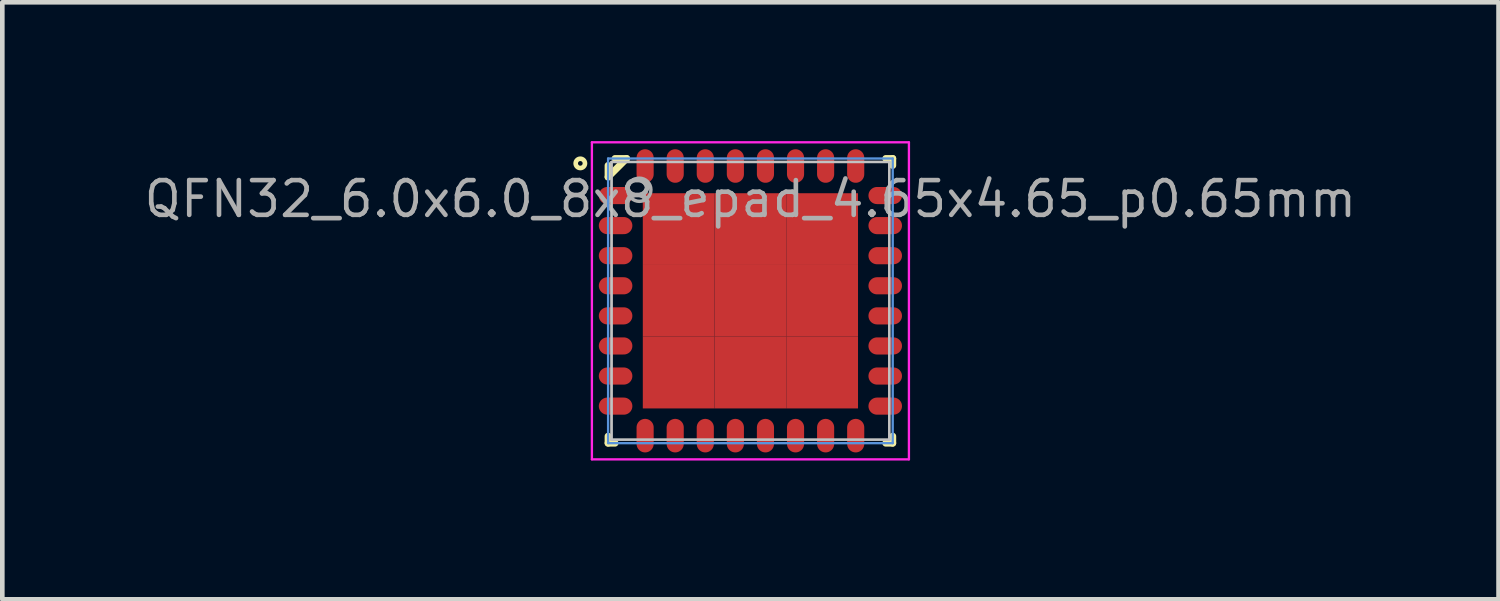
<source format=kicad_pcb>
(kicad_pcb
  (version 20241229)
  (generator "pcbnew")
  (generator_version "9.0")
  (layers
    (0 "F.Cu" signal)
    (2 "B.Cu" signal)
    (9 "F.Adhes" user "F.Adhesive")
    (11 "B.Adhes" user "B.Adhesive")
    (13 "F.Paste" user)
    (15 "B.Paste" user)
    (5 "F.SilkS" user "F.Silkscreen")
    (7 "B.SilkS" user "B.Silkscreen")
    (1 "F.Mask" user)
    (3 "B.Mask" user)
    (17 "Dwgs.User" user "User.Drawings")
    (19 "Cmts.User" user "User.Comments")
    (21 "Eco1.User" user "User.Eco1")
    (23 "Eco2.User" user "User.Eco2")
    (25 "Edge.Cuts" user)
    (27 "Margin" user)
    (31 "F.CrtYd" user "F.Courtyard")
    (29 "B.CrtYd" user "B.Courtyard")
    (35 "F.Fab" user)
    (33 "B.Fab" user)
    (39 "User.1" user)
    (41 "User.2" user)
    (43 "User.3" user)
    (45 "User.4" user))
  (footprint "QFN32_6.0x6.0_8x8_epad_4.65x4.65_p0.65mm"
    (layer "F.Cu")
    (at 13.164 3.45)
    (property "Reference" "QFN32_6.0x6.0_8x8_epad_4.65x4.65_p0.65mm" (at 0 -2.2 0) (layer "F.Fab") (effects (font (size 0.75 0.75) (thickness 0.1))))
    (attr through_hole)
    (fp_line (start -3.075 -2.675) (end -3.075 -2.925) (stroke (width 0.15) (type solid)) (layer "F.SilkS"))
    (fp_line (start -3.075 -2.675) (end -2.675 -3.075) (stroke (width 0.15) (type solid)) (layer "F.SilkS"))
    (fp_line (start -3.075 3.075) (end -3.075 2.925) (stroke (width 0.15) (type solid)) (layer "F.SilkS"))
    (fp_line (start -3.075 3.075) (end -2.925 3.075) (stroke (width 0.15) (type solid)) (layer "F.SilkS"))
    (fp_line (start -2.925 -3.075) (end -2.675 -3.075) (stroke (width 0.15) (type solid)) (layer "F.SilkS"))
    (fp_line (start 3.075 -3.075) (end 2.925 -3.075) (stroke (width 0.15) (type solid)) (layer "F.SilkS"))
    (fp_line (start 3.075 -3.075) (end 3.075 -2.925) (stroke (width 0.15) (type solid)) (layer "F.SilkS"))
    (fp_line (start 3.075 3.075) (end 2.925 3.075) (stroke (width 0.15) (type solid)) (layer "F.SilkS"))
    (fp_line (start 3.075 3.075) (end 3.075 2.925) (stroke (width 0.15) (type solid)) (layer "F.SilkS"))
    (fp_circle (center -3.675 -2.97) (end -3.604 -2.899) (stroke (width 0.1) (type solid)) (fill no) (layer "F.SilkS"))
    (fp_line (start -3 -3) (end -3 3) (stroke (width 0.05) (type solid)) (layer "Dwgs.User"))
    (fp_line (start -3 -3) (end 3 -3) (stroke (width 0.05) (type solid)) (layer "Dwgs.User"))
    (fp_line (start -3 3) (end 3 3) (stroke (width 0.05) (type solid)) (layer "Dwgs.User"))
    (fp_line (start 3 -3) (end 3 3) (stroke (width 0.05) (type solid)) (layer "Dwgs.User"))
    (fp_line (start -3.075 -3.075) (end -3.075 3.075) (stroke (width 0.05) (type solid)) (layer "Cmts.User"))
    (fp_line (start -3.075 -3.075) (end 3.075 -3.075) (stroke (width 0.05) (type solid)) (layer "Cmts.User"))
    (fp_line (start -3.075 3.075) (end 3.075 3.075) (stroke (width 0.05) (type solid)) (layer "Cmts.User"))
    (fp_line (start 3.075 -3.075) (end 3.075 3.075) (stroke (width 0.05) (type solid)) (layer "Cmts.User"))
    (fp_line (start -2.925 -2.925) (end -2.925 2.925) (stroke (width 0.05) (type solid)) (layer "Eco1.User"))
    (fp_line (start -2.925 -2.925) (end 2.925 -2.925) (stroke (width 0.05) (type solid)) (layer "Eco1.User"))
    (fp_line (start -2.925 2.925) (end 2.925 2.925) (stroke (width 0.05) (type solid)) (layer "Eco1.User"))
    (fp_line (start 2.925 -2.925) (end 2.925 2.925) (stroke (width 0.05) (type solid)) (layer "Eco1.User"))
    (fp_line (start -3.425 -3.425) (end -3.425 3.425) (stroke (width 0.05) (type solid)) (layer "F.CrtYd"))
    (fp_line (start -3.425 -3.425) (end 3.425 -3.425) (stroke (width 0.05) (type solid)) (layer "F.CrtYd"))
    (fp_line (start -3.425 3.425) (end 3.425 3.425) (stroke (width 0.05) (type solid)) (layer "F.CrtYd"))
    (fp_line (start 3.425 -3.425) (end 3.425 3.425) (stroke (width 0.05) (type solid)) (layer "F.CrtYd"))
    (fp_line (start -3 -3) (end -3 3) (stroke (width 0.05) (type solid)) (layer "F.Fab"))
    (fp_line (start -3 -3) (end 3 -3) (stroke (width 0.05) (type solid)) (layer "F.Fab"))
    (fp_line (start -3 3) (end 3 3) (stroke (width 0.05) (type solid)) (layer "F.Fab"))
    (fp_line (start 3 -3) (end 3 3) (stroke (width 0.05) (type solid)) (layer "F.Fab"))
    (fp_circle (center -2.4 -2.4) (end -2.223 -2.223) (stroke (width 0.075) (type solid)) (fill no) (layer "F.Fab"))
    (pad "1" smd oval (at -2.913 -2.275 180) (size 0.725 0.37) (layers "F.Cu" "F.Mask" "F.Paste"))
    (pad "2" smd oval (at -2.913 -1.625 180) (size 0.725 0.37) (layers "F.Cu" "F.Mask" "F.Paste"))
    (pad "3" smd oval (at -2.913 -0.975 180) (size 0.725 0.37) (layers "F.Cu" "F.Mask" "F.Paste"))
    (pad "4" smd oval (at -2.913 -0.325 180) (size 0.725 0.37) (layers "F.Cu" "F.Mask" "F.Paste"))
    (pad "5" smd oval (at -2.913 0.325 180) (size 0.725 0.37) (layers "F.Cu" "F.Mask" "F.Paste"))
    (pad "6" smd oval (at -2.913 0.975 180) (size 0.725 0.37) (layers "F.Cu" "F.Mask" "F.Paste"))
    (pad "7" smd oval (at -2.913 1.625 180) (size 0.725 0.37) (layers "F.Cu" "F.Mask" "F.Paste"))
    (pad "8" smd oval (at -2.913 2.275 180) (size 0.725 0.37) (layers "F.Cu" "F.Mask" "F.Paste"))
    (pad "9" smd oval (at -2.275 2.913 270) (size 0.725 0.37) (layers "F.Cu" "F.Mask" "F.Paste"))
    (pad "10" smd oval (at -1.625 2.913 270) (size 0.725 0.37) (layers "F.Cu" "F.Mask" "F.Paste"))
    (pad "11" smd oval (at -0.975 2.913 270) (size 0.725 0.37) (layers "F.Cu" "F.Mask" "F.Paste"))
    (pad "12" smd oval (at -0.325 2.913 270) (size 0.725 0.37) (layers "F.Cu" "F.Mask" "F.Paste"))
    (pad "13" smd oval (at 0.325 2.913 270) (size 0.725 0.37) (layers "F.Cu" "F.Mask" "F.Paste"))
    (pad "14" smd oval (at 0.975 2.913 270) (size 0.725 0.37) (layers "F.Cu" "F.Mask" "F.Paste"))
    (pad "15" smd oval (at 1.625 2.913 270) (size 0.725 0.37) (layers "F.Cu" "F.Mask" "F.Paste"))
    (pad "16" smd oval (at 2.275 2.913 270) (size 0.725 0.37) (layers "F.Cu" "F.Mask" "F.Paste"))
    (pad "17" smd oval (at 2.913 2.275) (size 0.725 0.37) (layers "F.Cu" "F.Mask" "F.Paste"))
    (pad "18" smd oval (at 2.913 1.625) (size 0.725 0.37) (layers "F.Cu" "F.Mask" "F.Paste"))
    (pad "19" smd oval (at 2.913 0.975) (size 0.725 0.37) (layers "F.Cu" "F.Mask" "F.Paste"))
    (pad "20" smd oval (at 2.913 0.325) (size 0.725 0.37) (layers "F.Cu" "F.Mask" "F.Paste"))
    (pad "21" smd oval (at 2.913 -0.325) (size 0.725 0.37) (layers "F.Cu" "F.Mask" "F.Paste"))
    (pad "22" smd oval (at 2.913 -0.975) (size 0.725 0.37) (layers "F.Cu" "F.Mask" "F.Paste"))
    (pad "23" smd oval (at 2.913 -1.625) (size 0.725 0.37) (layers "F.Cu" "F.Mask" "F.Paste"))
    (pad "24" smd oval (at 2.913 -2.275) (size 0.725 0.37) (layers "F.Cu" "F.Mask" "F.Paste"))
    (pad "25" smd oval (at 2.275 -2.913 90) (size 0.725 0.37) (layers "F.Cu" "F.Mask" "F.Paste"))
    (pad "26" smd oval (at 1.625 -2.913 90) (size 0.725 0.37) (layers "F.Cu" "F.Mask" "F.Paste"))
    (pad "27" smd oval (at 0.975 -2.913 90) (size 0.725 0.37) (layers "F.Cu" "F.Mask" "F.Paste"))
    (pad "28" smd oval (at 0.325 -2.913 90) (size 0.725 0.37) (layers "F.Cu" "F.Mask" "F.Paste"))
    (pad "29" smd oval (at -0.325 -2.913 90) (size 0.725 0.37) (layers "F.Cu" "F.Mask" "F.Paste"))
    (pad "30" smd oval (at -0.975 -2.913 90) (size 0.725 0.37) (layers "F.Cu" "F.Mask" "F.Paste"))
    (pad "31" smd oval (at -1.625 -2.913 90) (size 0.725 0.37) (layers "F.Cu" "F.Mask" "F.Paste"))
    (pad "32" smd oval (at -2.275 -2.913 90) (size 0.725 0.37) (layers "F.Cu" "F.Mask" "F.Paste"))
    (pad "33" smd rect (at -1.55 -1.55) (size 1.55 1.55) (layers "F.Cu" "F.Mask" "F.Paste"))
    (pad "33" smd rect (at -1.55 0) (size 1.55 1.55) (layers "F.Cu" "F.Mask" "F.Paste"))
    (pad "33" smd rect (at -1.55 1.55) (size 1.55 1.55) (layers "F.Cu" "F.Mask" "F.Paste"))
    (pad "33" smd rect (at 0 -1.55) (size 1.55 1.55) (layers "F.Cu" "F.Mask" "F.Paste"))
    (pad "33" smd rect (at 0 0) (size 1.55 1.55) (layers "F.Cu" "F.Mask" "F.Paste"))
    (pad "33" smd rect (at 0 1.55) (size 1.55 1.55) (layers "F.Cu" "F.Mask" "F.Paste"))
    (pad "33" smd rect (at 1.55 -1.55) (size 1.55 1.55) (layers "F.Cu" "F.Mask" "F.Paste"))
    (pad "33" smd rect (at 1.55 0) (size 1.55 1.55) (layers "F.Cu" "F.Mask" "F.Paste"))
    (pad "33" smd rect (at 1.55 1.55) (size 1.55 1.55) (layers "F.Cu" "F.Mask" "F.Paste")))
  (gr_rect
    (start -3 -3)
    (end 29.329 9.9)
    (stroke (width 0.1) (type default))
    (fill no)
    (layer "Edge.Cuts")))
</source>
